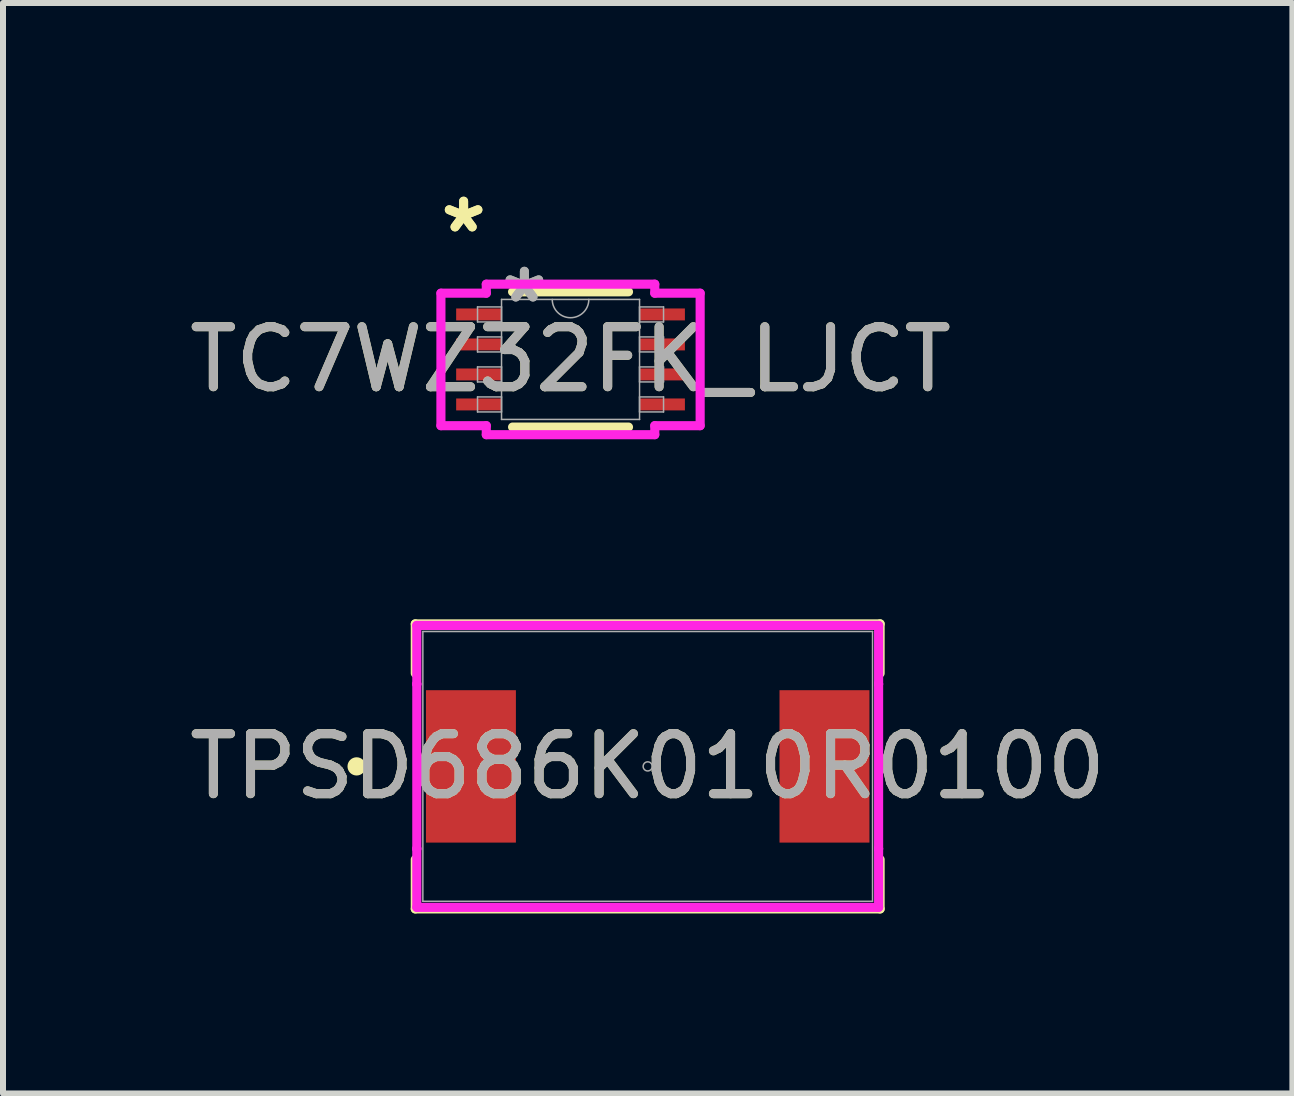
<source format=kicad_pcb>
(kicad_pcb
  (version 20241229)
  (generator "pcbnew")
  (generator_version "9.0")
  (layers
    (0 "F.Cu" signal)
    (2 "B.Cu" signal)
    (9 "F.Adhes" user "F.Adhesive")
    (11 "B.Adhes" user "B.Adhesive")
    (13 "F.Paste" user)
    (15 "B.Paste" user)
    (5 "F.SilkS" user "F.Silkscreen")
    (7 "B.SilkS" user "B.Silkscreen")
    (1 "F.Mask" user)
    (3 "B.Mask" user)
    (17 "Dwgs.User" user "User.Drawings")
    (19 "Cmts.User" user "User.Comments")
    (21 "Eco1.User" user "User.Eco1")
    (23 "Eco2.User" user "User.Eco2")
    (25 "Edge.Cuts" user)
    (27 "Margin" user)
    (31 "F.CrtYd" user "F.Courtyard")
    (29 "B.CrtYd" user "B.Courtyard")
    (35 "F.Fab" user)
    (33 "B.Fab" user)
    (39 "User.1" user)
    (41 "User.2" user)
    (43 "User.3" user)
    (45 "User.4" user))
  (footprint "TPSD686K010R0100"
    (layer "F.Cu")
    (at 7.744 9.722)
    (property "Reference" "TPSD686K010R0100" (at 0 0 0) (unlocked yes) (layer "F.SilkS") (effects (font (size 1 1) (thickness 0.15))))
    (attr smd)
    (fp_line (start -3.873 -2.375) (end -3.873 -1.551) (stroke (width 0.152) (type solid)) (layer "F.SilkS"))
    (fp_line (start -3.873 1.551) (end -3.873 2.375) (stroke (width 0.152) (type solid)) (layer "F.SilkS"))
    (fp_line (start -3.873 2.375) (end 3.873 2.375) (stroke (width 0.152) (type solid)) (layer "F.SilkS"))
    (fp_line (start 3.873 -2.375) (end -3.873 -2.375) (stroke (width 0.152) (type solid)) (layer "F.SilkS"))
    (fp_line (start 3.873 -1.551) (end 3.873 -2.375) (stroke (width 0.152) (type solid)) (layer "F.SilkS"))
    (fp_line (start 3.873 2.375) (end 3.873 1.551) (stroke (width 0.152) (type solid)) (layer "F.SilkS"))
    (fp_circle (center -4.851 0) (end -4.775 0) (stroke (width 0.152) (type solid)) (fill no) (layer "F.SilkS"))
    (fp_line (start -3.848 -2.349) (end 3.848 -2.349) (stroke (width 0.152) (type solid)) (layer "F.CrtYd"))
    (fp_line (start -3.848 -1.372) (end -3.848 -2.349) (stroke (width 0.152) (type solid)) (layer "F.CrtYd"))
    (fp_line (start -3.848 -1.372) (end -3.848 -1.372) (stroke (width 0.152) (type solid)) (layer "F.CrtYd"))
    (fp_line (start -3.848 1.372) (end -3.848 -1.372) (stroke (width 0.152) (type solid)) (layer "F.CrtYd"))
    (fp_line (start -3.848 1.372) (end -3.848 1.372) (stroke (width 0.152) (type solid)) (layer "F.CrtYd"))
    (fp_line (start -3.848 2.349) (end -3.848 1.372) (stroke (width 0.152) (type solid)) (layer "F.CrtYd"))
    (fp_line (start 3.848 -2.349) (end 3.848 -1.372) (stroke (width 0.152) (type solid)) (layer "F.CrtYd"))
    (fp_line (start 3.848 -1.372) (end 3.848 -1.372) (stroke (width 0.152) (type solid)) (layer "F.CrtYd"))
    (fp_line (start 3.848 -1.372) (end 3.848 1.372) (stroke (width 0.152) (type solid)) (layer "F.CrtYd"))
    (fp_line (start 3.848 1.372) (end 3.848 1.372) (stroke (width 0.152) (type solid)) (layer "F.CrtYd"))
    (fp_line (start 3.848 1.372) (end 3.848 2.349) (stroke (width 0.152) (type solid)) (layer "F.CrtYd"))
    (fp_line (start 3.848 2.349) (end -3.848 2.349) (stroke (width 0.152) (type solid)) (layer "F.CrtYd"))
    (fp_line (start -3.747 -2.248) (end -3.747 2.248) (stroke (width 0.025) (type solid)) (layer "F.Fab"))
    (fp_line (start -3.747 2.248) (end 3.747 2.248) (stroke (width 0.025) (type solid)) (layer "F.Fab"))
    (fp_line (start 3.747 -2.248) (end -3.747 -2.248) (stroke (width 0.025) (type solid)) (layer "F.Fab"))
    (fp_line (start 3.747 2.248) (end 3.747 -2.248) (stroke (width 0.025) (type solid)) (layer "F.Fab"))
    (fp_circle (center 0 0) (end 0.076 0) (stroke (width 0.025) (type solid)) (fill no) (layer "F.Fab"))
    (fp_text user "${REFERENCE}" (at 0 0 0) (unlocked yes) (layer "F.Fab") (effects (font (size 1 1) (thickness 0.15))))
    (pad "1" smd rect (at -2.946 0) (size 1.499 2.54) (layers "F.Cu" "F.Mask" "F.Paste"))
    (pad "2" smd rect (at 2.946 0) (size 1.499 2.54) (layers "F.Cu" "F.Mask" "F.Paste")))
  (footprint "TC7WZ32FK_LJCT"
    (layer "F.Cu")
    (at 6.458 2.94)
    (property "Reference" "TC7WZ32FK_LJCT" (at 0 0 0) (unlocked yes) (layer "F.SilkS") (effects (font (size 1 1) (thickness 0.15))))
    (attr smd)
    (fp_line (start -0.966 1.127) (end 0.966 1.127) (stroke (width 0.152) (type solid)) (layer "F.SilkS"))
    (fp_line (start 0.966 -1.127) (end -0.966 -1.127) (stroke (width 0.152) (type solid)) (layer "F.SilkS"))
    (fp_line (start -2.16 -1.104) (end -1.404 -1.104) (stroke (width 0.152) (type solid)) (layer "F.CrtYd"))
    (fp_line (start -2.16 1.104) (end -2.16 -1.104) (stroke (width 0.152) (type solid)) (layer "F.CrtYd"))
    (fp_line (start -2.16 1.104) (end -1.404 1.104) (stroke (width 0.152) (type solid)) (layer "F.CrtYd"))
    (fp_line (start -1.404 -1.254) (end 1.404 -1.254) (stroke (width 0.152) (type solid)) (layer "F.CrtYd"))
    (fp_line (start -1.404 -1.104) (end -1.404 -1.254) (stroke (width 0.152) (type solid)) (layer "F.CrtYd"))
    (fp_line (start -1.404 1.254) (end -1.404 1.104) (stroke (width 0.152) (type solid)) (layer "F.CrtYd"))
    (fp_line (start 1.404 -1.254) (end 1.404 -1.104) (stroke (width 0.152) (type solid)) (layer "F.CrtYd"))
    (fp_line (start 1.404 1.104) (end 1.404 1.254) (stroke (width 0.152) (type solid)) (layer "F.CrtYd"))
    (fp_line (start 1.404 1.254) (end -1.404 1.254) (stroke (width 0.152) (type solid)) (layer "F.CrtYd"))
    (fp_line (start 2.16 -1.104) (end 1.404 -1.104) (stroke (width 0.152) (type solid)) (layer "F.CrtYd"))
    (fp_line (start 2.16 -1.104) (end 2.16 1.104) (stroke (width 0.152) (type solid)) (layer "F.CrtYd"))
    (fp_line (start 2.16 1.104) (end 1.404 1.104) (stroke (width 0.152) (type solid)) (layer "F.CrtYd"))
    (fp_line (start -1.55 -0.875) (end -1.55 -0.625) (stroke (width 0.025) (type solid)) (layer "F.Fab"))
    (fp_line (start -1.55 -0.625) (end -1.15 -0.625) (stroke (width 0.025) (type solid)) (layer "F.Fab"))
    (fp_line (start -1.55 -0.375) (end -1.55 -0.125) (stroke (width 0.025) (type solid)) (layer "F.Fab"))
    (fp_line (start -1.55 -0.125) (end -1.15 -0.125) (stroke (width 0.025) (type solid)) (layer "F.Fab"))
    (fp_line (start -1.55 0.125) (end -1.55 0.375) (stroke (width 0.025) (type solid)) (layer "F.Fab"))
    (fp_line (start -1.55 0.375) (end -1.15 0.375) (stroke (width 0.025) (type solid)) (layer "F.Fab"))
    (fp_line (start -1.55 0.625) (end -1.55 0.875) (stroke (width 0.025) (type solid)) (layer "F.Fab"))
    (fp_line (start -1.55 0.875) (end -1.15 0.875) (stroke (width 0.025) (type solid)) (layer "F.Fab"))
    (fp_line (start -1.15 -1) (end -1.15 1) (stroke (width 0.025) (type solid)) (layer "F.Fab"))
    (fp_line (start -1.15 -0.875) (end -1.55 -0.875) (stroke (width 0.025) (type solid)) (layer "F.Fab"))
    (fp_line (start -1.15 -0.625) (end -1.15 -0.875) (stroke (width 0.025) (type solid)) (layer "F.Fab"))
    (fp_line (start -1.15 -0.375) (end -1.55 -0.375) (stroke (width 0.025) (type solid)) (layer "F.Fab"))
    (fp_line (start -1.15 -0.125) (end -1.15 -0.375) (stroke (width 0.025) (type solid)) (layer "F.Fab"))
    (fp_line (start -1.15 0.125) (end -1.55 0.125) (stroke (width 0.025) (type solid)) (layer "F.Fab"))
    (fp_line (start -1.15 0.375) (end -1.15 0.125) (stroke (width 0.025) (type solid)) (layer "F.Fab"))
    (fp_line (start -1.15 0.625) (end -1.55 0.625) (stroke (width 0.025) (type solid)) (layer "F.Fab"))
    (fp_line (start -1.15 0.875) (end -1.15 0.625) (stroke (width 0.025) (type solid)) (layer "F.Fab"))
    (fp_line (start -1.15 1) (end 1.15 1) (stroke (width 0.025) (type solid)) (layer "F.Fab"))
    (fp_line (start 1.15 -1) (end -1.15 -1) (stroke (width 0.025) (type solid)) (layer "F.Fab"))
    (fp_line (start 1.15 -0.875) (end 1.15 -0.625) (stroke (width 0.025) (type solid)) (layer "F.Fab"))
    (fp_line (start 1.15 -0.625) (end 1.55 -0.625) (stroke (width 0.025) (type solid)) (layer "F.Fab"))
    (fp_line (start 1.15 -0.375) (end 1.15 -0.125) (stroke (width 0.025) (type solid)) (layer "F.Fab"))
    (fp_line (start 1.15 -0.125) (end 1.55 -0.125) (stroke (width 0.025) (type solid)) (layer "F.Fab"))
    (fp_line (start 1.15 0.125) (end 1.15 0.375) (stroke (width 0.025) (type solid)) (layer "F.Fab"))
    (fp_line (start 1.15 0.375) (end 1.55 0.375) (stroke (width 0.025) (type solid)) (layer "F.Fab"))
    (fp_line (start 1.15 0.625) (end 1.15 0.875) (stroke (width 0.025) (type solid)) (layer "F.Fab"))
    (fp_line (start 1.15 0.875) (end 1.55 0.875) (stroke (width 0.025) (type solid)) (layer "F.Fab"))
    (fp_line (start 1.15 1) (end 1.15 -1) (stroke (width 0.025) (type solid)) (layer "F.Fab"))
    (fp_line (start 1.55 -0.875) (end 1.15 -0.875) (stroke (width 0.025) (type solid)) (layer "F.Fab"))
    (fp_line (start 1.55 -0.625) (end 1.55 -0.875) (stroke (width 0.025) (type solid)) (layer "F.Fab"))
    (fp_line (start 1.55 -0.375) (end 1.15 -0.375) (stroke (width 0.025) (type solid)) (layer "F.Fab"))
    (fp_line (start 1.55 -0.125) (end 1.55 -0.375) (stroke (width 0.025) (type solid)) (layer "F.Fab"))
    (fp_line (start 1.55 0.125) (end 1.15 0.125) (stroke (width 0.025) (type solid)) (layer "F.Fab"))
    (fp_line (start 1.55 0.375) (end 1.55 0.125) (stroke (width 0.025) (type solid)) (layer "F.Fab"))
    (fp_line (start 1.55 0.625) (end 1.15 0.625) (stroke (width 0.025) (type solid)) (layer "F.Fab"))
    (fp_line (start 1.55 0.875) (end 1.55 0.625) (stroke (width 0.025) (type solid)) (layer "F.Fab"))
    (fp_arc (start 0.3048 -1) (mid 0 -0.6952) (end -0.3048 -1) (stroke (width 0.0254) (type solid)) (layer "F.Fab"))
    (fp_text user "*" (at -1.782 -2.092 0) (unlocked yes) (layer "F.SilkS") (effects (font (size 1 1) (thickness 0.15))))
    (fp_text user "*" (at -1.782 -2.092 0) (layer "F.SilkS") (effects (font (size 1 1) (thickness 0.15))))
    (fp_text user "${REFERENCE}" (at 0 0 0) (unlocked yes) (layer "F.Fab") (effects (font (size 1 1) (thickness 0.15))))
    (fp_text user "*" (at -0.769 -0.924 0) (layer "F.Fab") (effects (font (size 1 1) (thickness 0.15))))
    (fp_text user "*" (at -0.769 -0.924 0) (unlocked yes) (layer "F.Fab") (effects (font (size 1 1) (thickness 0.15))))
    (pad "1" smd rect (at -1.528 -0.75) (size 0.756 0.199) (layers "F.Cu" "F.Mask" "F.Paste"))
    (pad "2" smd rect (at -1.528 -0.25) (size 0.756 0.199) (layers "F.Cu" "F.Mask" "F.Paste"))
    (pad "3" smd rect (at -1.528 0.25) (size 0.756 0.199) (layers "F.Cu" "F.Mask" "F.Paste"))
    (pad "4" smd rect (at -1.528 0.75) (size 0.756 0.199) (layers "F.Cu" "F.Mask" "F.Paste"))
    (pad "5" smd rect (at 1.528 0.75) (size 0.756 0.199) (layers "F.Cu" "F.Mask" "F.Paste"))
    (pad "6" smd rect (at 1.528 0.25) (size 0.756 0.199) (layers "F.Cu" "F.Mask" "F.Paste"))
    (pad "7" smd rect (at 1.528 -0.25) (size 0.756 0.199) (layers "F.Cu" "F.Mask" "F.Paste"))
    (pad "8" smd rect (at 1.528 -0.75) (size 0.756 0.199) (layers "F.Cu" "F.Mask" "F.Paste")))
  (gr_rect
    (start -3 -3)
    (end 18.488 15.173)
    (stroke (width 0.1) (type default))
    (fill no)
    (layer "Edge.Cuts")))
</source>
